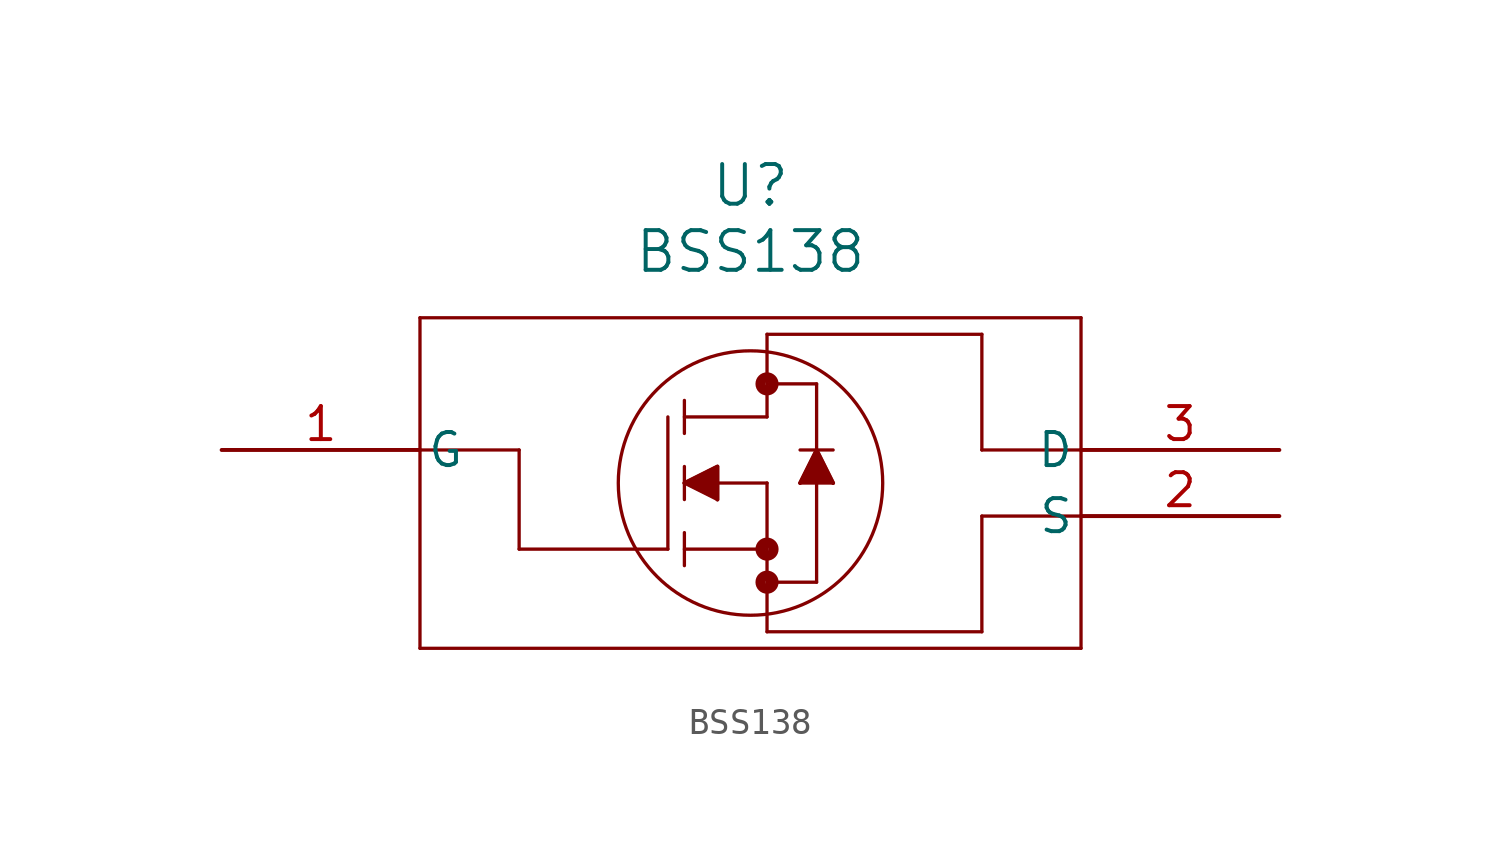
<source format=kicad_sym>
(kicad_symbol_lib
  (version 20211014)
  (generator kicad_symbol_editor)
  (symbol "BSS138"
    (pin_names
      (offset 0.254))
    (property "Reference" "U"
      (at 20.32 10.16 0)
      (effects (font (size 1.524 1.524))))
    (property "Value" "BSS138"
      (at 20.32 7.62 0)
      (effects (font (size 1.524 1.524))))
    (symbol "BSS138_0_1"
      (polyline (pts (xy 7.62 5.08) (xy 7.62 -7.62)) (stroke (width 0.127) (type default) (color 0 0 0 0)) (fill (type none)))
      (polyline (pts (xy 7.62 -7.62) (xy 33.02 -7.62)) (stroke (width 0.127) (type default) (color 0 0 0 0)) (fill (type none)))
      (polyline (pts (xy 33.02 -7.62) (xy 33.02 5.08)) (stroke (width 0.127) (type default) (color 0 0 0 0)) (fill (type none)))
      (polyline (pts (xy 33.02 5.08) (xy 7.62 5.08)) (stroke (width 0.127) (type default) (color 0 0 0 0)) (fill (type none)))
      (circle (center 20.32 -1.27) (radius 5.08) (stroke (width 0.127) (type default) (color 0 0 0 0)) (fill (type none)))
      (polyline (pts (xy 20.955 4.445) (xy 20.955 1.27)) (stroke (width 0.127) (type default) (color 0 0 0 0)) (fill (type none)))
      (polyline (pts (xy 20.955 -1.27) (xy 20.955 -6.985)) (stroke (width 0.127) (type default) (color 0 0 0 0)) (fill (type none)))
      (polyline (pts (xy 20.955 -6.985) (xy 29.21 -6.985)) (stroke (width 0.127) (type default) (color 0 0 0 0)) (fill (type none)))
      (polyline (pts (xy 29.21 -6.985) (xy 29.21 -2.54)) (stroke (width 0.127) (type default) (color 0 0 0 0)) (fill (type none)))
      (polyline (pts (xy 33.02 -2.54) (xy 29.21 -2.54)) (stroke (width 0.127) (type default) (color 0 0 0 0)) (fill (type none)))
      (polyline (pts (xy 33.02 0) (xy 29.21 0)) (stroke (width 0.127) (type default) (color 0 0 0 0)) (fill (type none)))
      (polyline (pts (xy 29.21 0) (xy 29.21 4.445)) (stroke (width 0.127) (type default) (color 0 0 0 0)) (fill (type none)))
      (polyline (pts (xy 29.21 4.445) (xy 20.955 4.445)) (stroke (width 0.127) (type default) (color 0 0 0 0)) (fill (type none)))
      (polyline (pts (xy 20.955 -1.27) (xy 17.78 -1.27)) (stroke (width 0.127) (type default) (color 0 0 0 0)) (fill (type none)))
      (polyline (pts (xy 17.78 1.27) (xy 20.955 1.27)) (stroke (width 0.127) (type default) (color 0 0 0 0)) (fill (type none)))
      (polyline (pts (xy 17.78 -3.81) (xy 20.955 -3.81)) (stroke (width 0.127) (type default) (color 0 0 0 0)) (fill (type none)))
      (polyline (pts (xy 20.955 2.54) (xy 22.86 2.54)) (stroke (width 0.127) (type default) (color 0 0 0 0)) (fill (type none)))
      (polyline (pts (xy 22.86 2.54) (xy 22.86 -5.08)) (stroke (width 0.127) (type default) (color 0 0 0 0)) (fill (type none)))
      (polyline (pts (xy 22.86 -5.08) (xy 20.955 -5.08)) (stroke (width 0.127) (type default) (color 0 0 0 0)) (fill (type none)))
      (polyline (pts (xy 22.225 0) (xy 23.495 0)) (stroke (width 0.127) (type default) (color 0 0 0 0)) (fill (type none)))
      (polyline (pts (xy 22.86 0) (xy 22.225 -1.27)) (stroke (width 0.127) (type default) (color 0 0 0 0)) (fill (type none)))
      (polyline (pts (xy 22.225 -1.27) (xy 23.495 -1.27)) (stroke (width 0.127) (type default) (color 0 0 0 0)) (fill (type none)))
      (polyline (pts (xy 23.495 -1.27) (xy 22.86 0)) (stroke (width 0.127) (type default) (color 0 0 0 0)) (fill (type none)))
      (polyline (pts (xy 17.78 -1.27) (xy 19.05 -0.635)) (stroke (width 0.127) (type default) (color 0 0 0 0)) (fill (type none)))
      (polyline (pts (xy 19.05 -0.635) (xy 19.05 -1.905)) (stroke (width 0.127) (type default) (color 0 0 0 0)) (fill (type none)))
      (polyline (pts (xy 19.05 -1.905) (xy 17.78 -1.27)) (stroke (width 0.127) (type default) (color 0 0 0 0)) (fill (type none)))
      (polyline (pts (xy 17.78 -0.635) (xy 17.78 -1.905)) (stroke (width 0.127) (type default) (color 0 0 0 0)) (fill (type none)))
      (polyline (pts (xy 17.145 1.27) (xy 17.145 -3.81)) (stroke (width 0.127) (type default) (color 0 0 0 0)) (fill (type none)))
      (polyline (pts (xy 17.145 -3.81) (xy 11.43 -3.81)) (stroke (width 0.127) (type default) (color 0 0 0 0)) (fill (type none)))
      (polyline (pts (xy 11.43 -3.81) (xy 11.43 0)) (stroke (width 0.127) (type default) (color 0 0 0 0)) (fill (type none)))
      (polyline (pts (xy 11.43 0) (xy 7.62 0)) (stroke (width 0.127) (type default) (color 0 0 0 0)) (fill (type none)))
      (polyline (pts (xy 17.78 1.905) (xy 17.78 0.635)) (stroke (width 0.127) (type default) (color 0 0 0 0)) (fill (type none)))
      (polyline (pts (xy 17.78 -3.175) (xy 17.78 -4.445)) (stroke (width 0.127) (type default) (color 0 0 0 0)) (fill (type none)))
      (polyline (pts (xy 22.225 -1.27) (xy 22.86 0) (xy 23.495 -1.27)) (stroke (width 0) (type default) (color 0 0 0 0)) (fill (type outline)))
      (polyline (pts (xy 17.78 -1.27) (xy 19.05 -0.635) (xy 19.05 -1.905)) (stroke (width 0) (type default) (color 0 0 0 0)) (fill (type outline)))
      (circle (center 20.955 2.54) (radius 0.254) (stroke (width 0.381) (type default) (color 0 0 0 0)) (fill (type none)))
      (circle (center 20.955 -3.81) (radius 0.254) (stroke (width 0.381) (type default) (color 0 0 0 0)) (fill (type none)))
      (circle (center 20.955 -5.08) (radius 0.254) (stroke (width 0.381) (type default) (color 0 0 0 0)) (fill (type none)))
      (pin unspecified line (at 0 0 0) (length 7.62) (name "G" (effects (font (size 1.27 1.27)))) (number "1" (effects (font (size 1.27 1.27)))))
      (pin unspecified line (at 40.64 -2.54 180) (length 7.62) (name "S" (effects (font (size 1.27 1.27)))) (number "2" (effects (font (size 1.27 1.27)))))
      (pin unspecified line (at 40.64 0 180) (length 7.62) (name "D" (effects (font (size 1.27 1.27)))) (number "3" (effects (font (size 1.27 1.27))))))))
</source>
